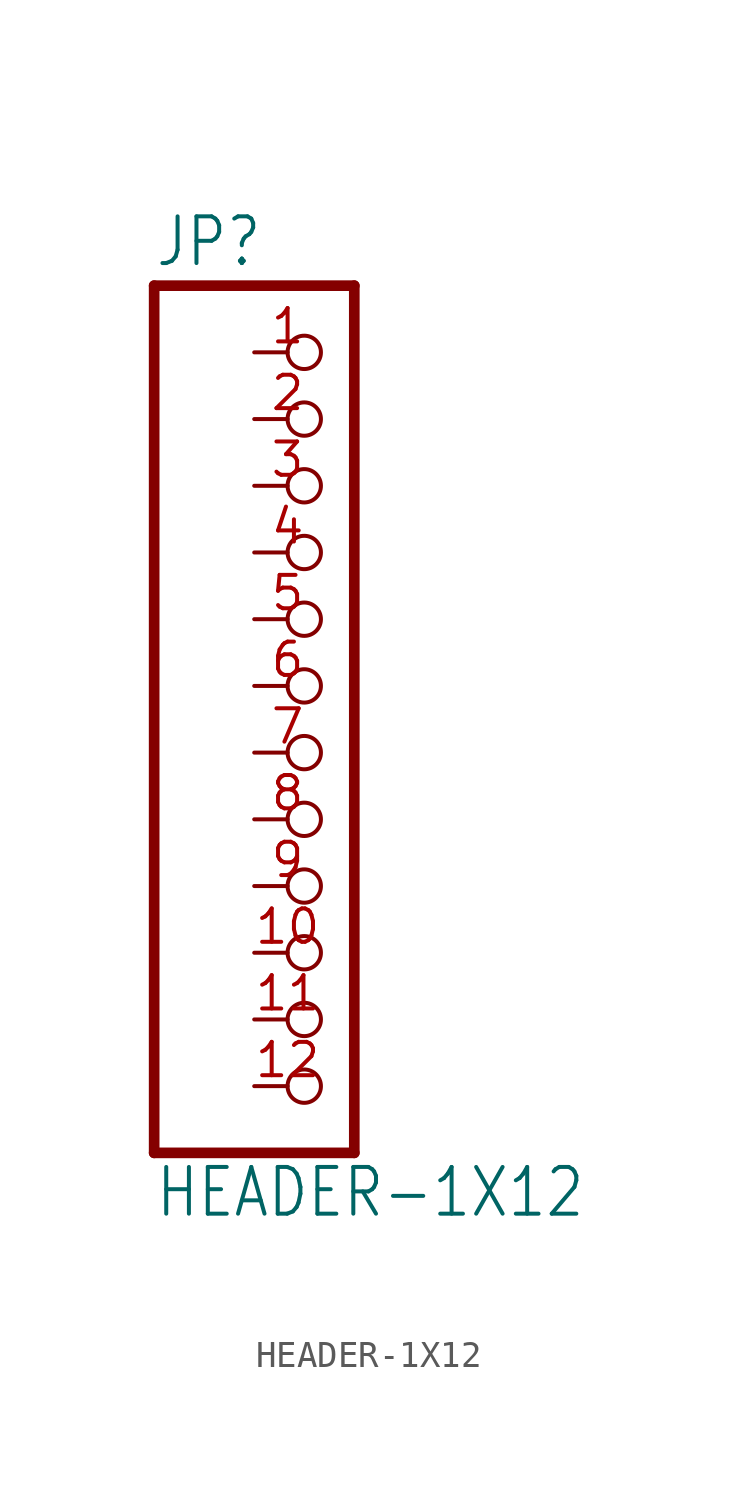
<source format=kicad_sym>
(kicad_symbol_lib
  (version 20211014)
  (generator kicad_symbol_editor)
  (symbol "HEADER-1X12"
    (property "Reference" "JP"
      (at -6.35 18.415 0)
      (effects (font (size 1.778 1.511)) (justify left bottom)))
    (property "Value" "HEADER-1X12"
      (at -6.35 -17.78 0)
      (effects (font (size 1.778 1.511)) (justify left bottom)))
    (property "ki_locked" ""
      (at 0 0 0)
      (effects (font (size 1.27 1.27))))
    (symbol "HEADER-1X12_1_0"
      (polyline (pts (xy -6.35 -15.24) (xy 1.27 -15.24)) (stroke (width 0.406) (type default) (color 0 0 0 0)) (fill (type none)))
      (polyline (pts (xy -6.35 17.78) (xy -6.35 -15.24)) (stroke (width 0.406) (type default) (color 0 0 0 0)) (fill (type none)))
      (polyline (pts (xy 1.27 -15.24) (xy 1.27 17.78)) (stroke (width 0.406) (type default) (color 0 0 0 0)) (fill (type none)))
      (polyline (pts (xy 1.27 17.78) (xy -6.35 17.78)) (stroke (width 0.406) (type default) (color 0 0 0 0)) (fill (type none)))
      (pin passive inverted (at -2.54 15.24 0) (length 2.54) (name "1" (effects (font (size 0 0)))) (number "1" (effects (font (size 1.27 1.27)))))
      (pin passive inverted (at -2.54 -7.62 0) (length 2.54) (name "10" (effects (font (size 0 0)))) (number "10" (effects (font (size 1.27 1.27)))))
      (pin passive inverted (at -2.54 -10.16 0) (length 2.54) (name "11" (effects (font (size 0 0)))) (number "11" (effects (font (size 1.27 1.27)))))
      (pin passive inverted (at -2.54 -12.7 0) (length 2.54) (name "12" (effects (font (size 0 0)))) (number "12" (effects (font (size 1.27 1.27)))))
      (pin passive inverted (at -2.54 12.7 0) (length 2.54) (name "2" (effects (font (size 0 0)))) (number "2" (effects (font (size 1.27 1.27)))))
      (pin passive inverted (at -2.54 10.16 0) (length 2.54) (name "3" (effects (font (size 0 0)))) (number "3" (effects (font (size 1.27 1.27)))))
      (pin passive inverted (at -2.54 7.62 0) (length 2.54) (name "4" (effects (font (size 0 0)))) (number "4" (effects (font (size 1.27 1.27)))))
      (pin passive inverted (at -2.54 5.08 0) (length 2.54) (name "5" (effects (font (size 0 0)))) (number "5" (effects (font (size 1.27 1.27)))))
      (pin passive inverted (at -2.54 2.54 0) (length 2.54) (name "6" (effects (font (size 0 0)))) (number "6" (effects (font (size 1.27 1.27)))))
      (pin passive inverted (at -2.54 0 0) (length 2.54) (name "7" (effects (font (size 0 0)))) (number "7" (effects (font (size 1.27 1.27)))))
      (pin passive inverted (at -2.54 -2.54 0) (length 2.54) (name "8" (effects (font (size 0 0)))) (number "8" (effects (font (size 1.27 1.27)))))
      (pin passive inverted (at -2.54 -5.08 0) (length 2.54) (name "9" (effects (font (size 0 0)))) (number "9" (effects (font (size 1.27 1.27))))))))
</source>
